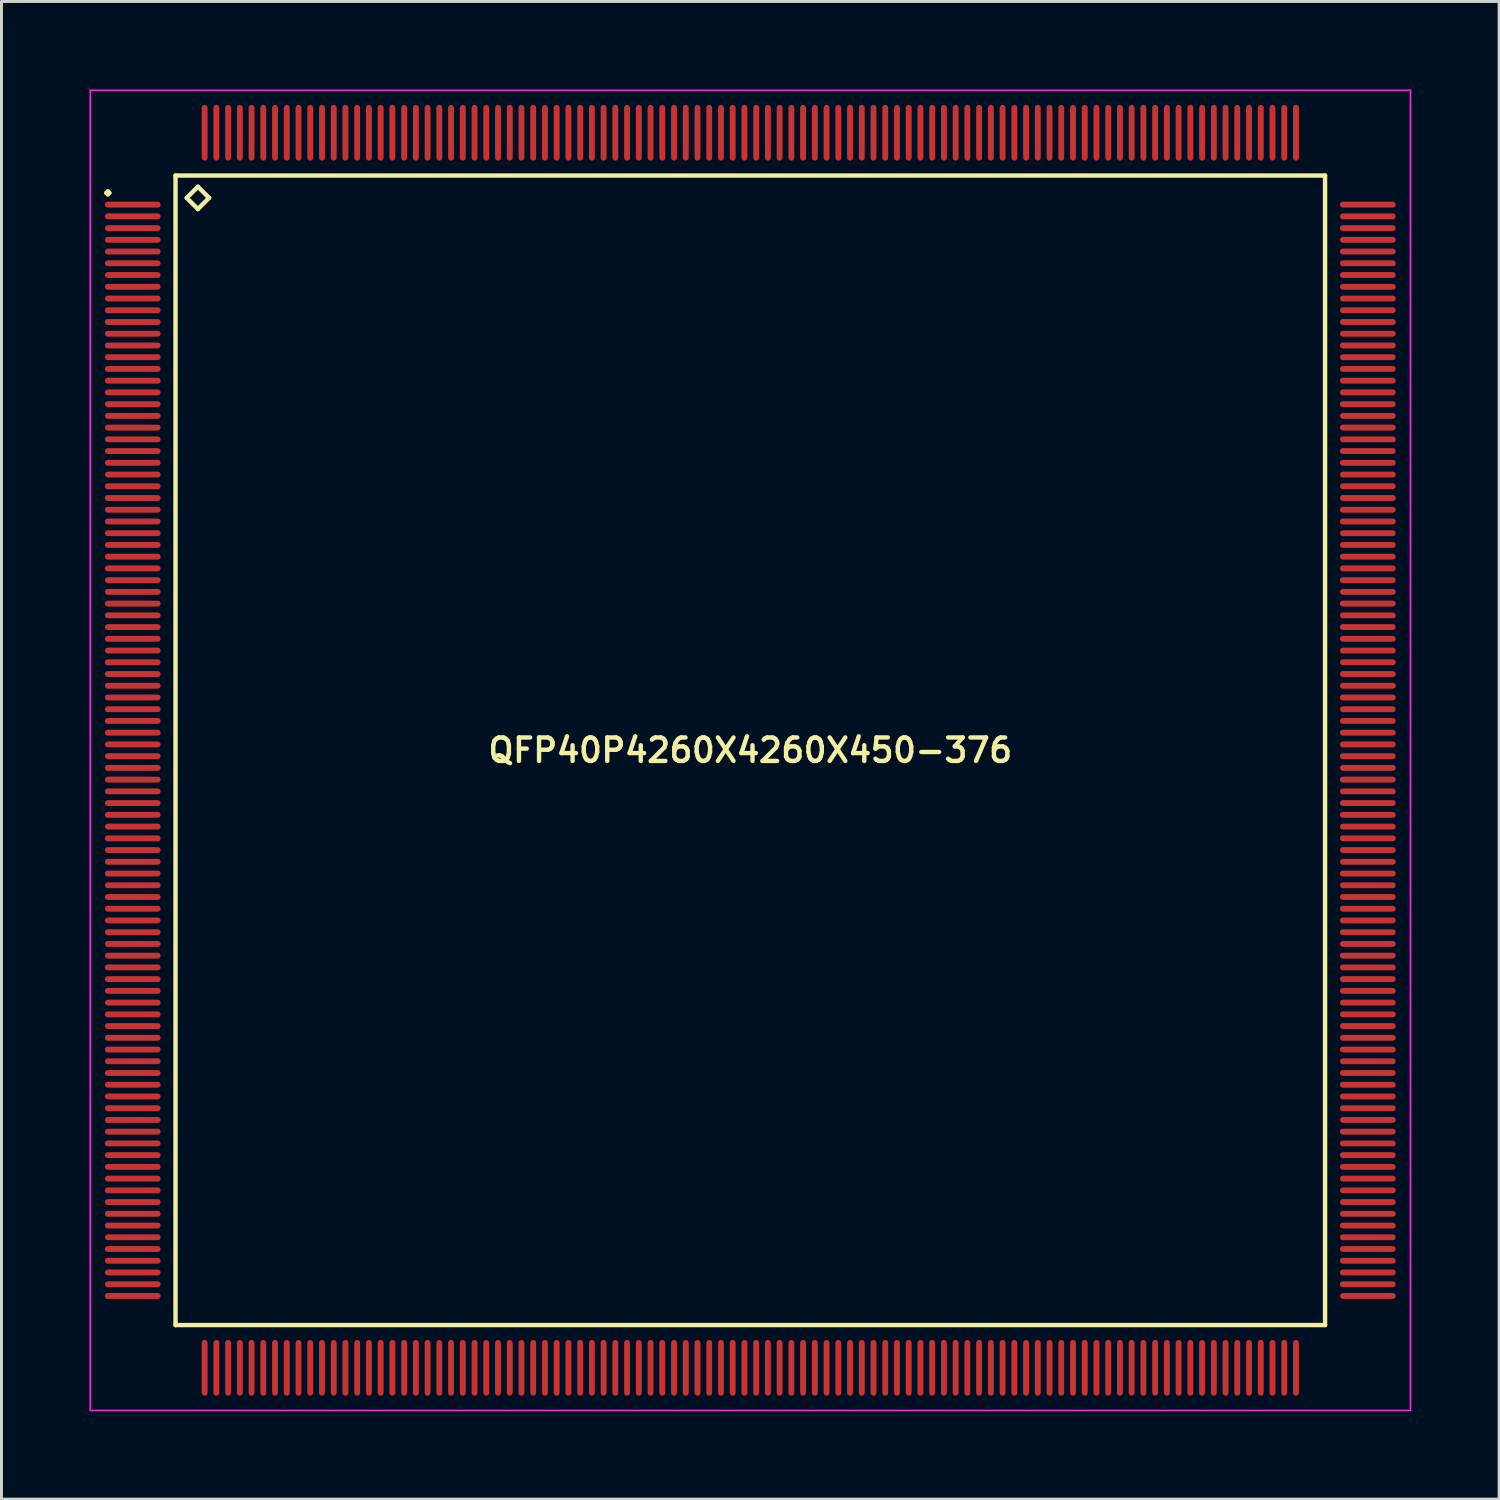
<source format=kicad_pcb>
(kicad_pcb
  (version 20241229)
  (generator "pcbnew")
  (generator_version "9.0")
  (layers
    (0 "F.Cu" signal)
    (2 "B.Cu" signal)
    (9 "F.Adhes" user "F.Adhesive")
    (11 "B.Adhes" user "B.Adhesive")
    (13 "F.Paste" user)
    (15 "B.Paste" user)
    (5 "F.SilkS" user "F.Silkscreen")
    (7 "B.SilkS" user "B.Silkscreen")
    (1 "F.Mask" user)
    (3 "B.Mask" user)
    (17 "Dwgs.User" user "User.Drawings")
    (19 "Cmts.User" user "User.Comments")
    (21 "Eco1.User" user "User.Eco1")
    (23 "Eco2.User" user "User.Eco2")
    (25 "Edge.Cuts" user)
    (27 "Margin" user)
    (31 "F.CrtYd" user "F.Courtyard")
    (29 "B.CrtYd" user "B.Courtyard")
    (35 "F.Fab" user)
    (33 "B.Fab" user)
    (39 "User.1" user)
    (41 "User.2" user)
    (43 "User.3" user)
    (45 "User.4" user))
  (footprint "QFP40P4260X4260X450-376"
    (layer "F.Cu")
    (at 22.525 22.525)
    (property "Reference" "QFP40P4260X4260X450-376" (at 0 0 0) (layer "F.SilkS") (effects (font (size 0.8 0.8) (thickness 0.15))))
    (attr smd)
    (fp_line (start -21.95 -19) (end -21.9 -19.05) (stroke (width 0.15) (type solid)) (layer "F.SilkS"))
    (fp_line (start -21.9 -19.05) (end -21.85 -19) (stroke (width 0.15) (type solid)) (layer "F.SilkS"))
    (fp_line (start -21.9 -18.95) (end -21.95 -19) (stroke (width 0.15) (type solid)) (layer "F.SilkS"))
    (fp_line (start -21.85 -19) (end -21.9 -18.95) (stroke (width 0.15) (type solid)) (layer "F.SilkS"))
    (fp_line (start -19.592 -19.592) (end -19.592 19.592) (stroke (width 0.15) (type solid)) (layer "F.SilkS"))
    (fp_line (start -19.592 19.592) (end 19.592 19.592) (stroke (width 0.15) (type solid)) (layer "F.SilkS"))
    (fp_line (start -19.211 -18.83) (end -18.83 -19.211) (stroke (width 0.15) (type solid)) (layer "F.SilkS"))
    (fp_line (start -18.83 -19.211) (end -18.449 -18.83) (stroke (width 0.15) (type solid)) (layer "F.SilkS"))
    (fp_line (start -18.83 -18.449) (end -19.211 -18.83) (stroke (width 0.15) (type solid)) (layer "F.SilkS"))
    (fp_line (start -18.449 -18.83) (end -18.83 -18.449) (stroke (width 0.15) (type solid)) (layer "F.SilkS"))
    (fp_line (start 19.592 -19.592) (end -19.592 -19.592) (stroke (width 0.15) (type solid)) (layer "F.SilkS"))
    (fp_line (start 19.592 19.592) (end 19.592 -19.592) (stroke (width 0.15) (type solid)) (layer "F.SilkS"))
    (fp_line (start -22.5 -22.5) (end 22.5 -22.5) (stroke (width 0.05) (type solid)) (layer "F.CrtYd"))
    (fp_line (start -22.5 22.5) (end -22.5 -22.5) (stroke (width 0.05) (type solid)) (layer "F.CrtYd"))
    (fp_line (start 22.5 -22.5) (end 22.5 22.5) (stroke (width 0.05) (type solid)) (layer "F.CrtYd"))
    (fp_line (start 22.5 22.5) (end -22.5 22.5) (stroke (width 0.05) (type solid)) (layer "F.CrtYd"))
    (pad "1" smd oval (at -21.05 -18.6) (size 1.9 0.2) (layers "F.Cu" "F.Mask" "F.Paste"))
    (pad "2" smd oval (at -21.05 -18.2) (size 1.9 0.2) (layers "F.Cu" "F.Mask" "F.Paste"))
    (pad "3" smd oval (at -21.05 -17.8) (size 1.9 0.2) (layers "F.Cu" "F.Mask" "F.Paste"))
    (pad "4" smd oval (at -21.05 -17.4) (size 1.9 0.2) (layers "F.Cu" "F.Mask" "F.Paste"))
    (pad "5" smd oval (at -21.05 -17) (size 1.9 0.2) (layers "F.Cu" "F.Mask" "F.Paste"))
    (pad "6" smd oval (at -21.05 -16.6) (size 1.9 0.2) (layers "F.Cu" "F.Mask" "F.Paste"))
    (pad "7" smd oval (at -21.05 -16.2) (size 1.9 0.2) (layers "F.Cu" "F.Mask" "F.Paste"))
    (pad "8" smd oval (at -21.05 -15.8) (size 1.9 0.2) (layers "F.Cu" "F.Mask" "F.Paste"))
    (pad "9" smd oval (at -21.05 -15.4) (size 1.9 0.2) (layers "F.Cu" "F.Mask" "F.Paste"))
    (pad "10" smd oval (at -21.05 -15) (size 1.9 0.2) (layers "F.Cu" "F.Mask" "F.Paste"))
    (pad "11" smd oval (at -21.05 -14.6) (size 1.9 0.2) (layers "F.Cu" "F.Mask" "F.Paste"))
    (pad "12" smd oval (at -21.05 -14.2) (size 1.9 0.2) (layers "F.Cu" "F.Mask" "F.Paste"))
    (pad "13" smd oval (at -21.05 -13.8) (size 1.9 0.2) (layers "F.Cu" "F.Mask" "F.Paste"))
    (pad "14" smd oval (at -21.05 -13.4) (size 1.9 0.2) (layers "F.Cu" "F.Mask" "F.Paste"))
    (pad "15" smd oval (at -21.05 -13) (size 1.9 0.2) (layers "F.Cu" "F.Mask" "F.Paste"))
    (pad "16" smd oval (at -21.05 -12.6) (size 1.9 0.2) (layers "F.Cu" "F.Mask" "F.Paste"))
    (pad "17" smd oval (at -21.05 -12.2) (size 1.9 0.2) (layers "F.Cu" "F.Mask" "F.Paste"))
    (pad "18" smd oval (at -21.05 -11.8) (size 1.9 0.2) (layers "F.Cu" "F.Mask" "F.Paste"))
    (pad "19" smd oval (at -21.05 -11.4) (size 1.9 0.2) (layers "F.Cu" "F.Mask" "F.Paste"))
    (pad "20" smd oval (at -21.05 -11) (size 1.9 0.2) (layers "F.Cu" "F.Mask" "F.Paste"))
    (pad "21" smd oval (at -21.05 -10.6) (size 1.9 0.2) (layers "F.Cu" "F.Mask" "F.Paste"))
    (pad "22" smd oval (at -21.05 -10.2) (size 1.9 0.2) (layers "F.Cu" "F.Mask" "F.Paste"))
    (pad "23" smd oval (at -21.05 -9.8) (size 1.9 0.2) (layers "F.Cu" "F.Mask" "F.Paste"))
    (pad "24" smd oval (at -21.05 -9.4) (size 1.9 0.2) (layers "F.Cu" "F.Mask" "F.Paste"))
    (pad "25" smd oval (at -21.05 -9) (size 1.9 0.2) (layers "F.Cu" "F.Mask" "F.Paste"))
    (pad "26" smd oval (at -21.05 -8.6) (size 1.9 0.2) (layers "F.Cu" "F.Mask" "F.Paste"))
    (pad "27" smd oval (at -21.05 -8.2) (size 1.9 0.2) (layers "F.Cu" "F.Mask" "F.Paste"))
    (pad "28" smd oval (at -21.05 -7.8) (size 1.9 0.2) (layers "F.Cu" "F.Mask" "F.Paste"))
    (pad "29" smd oval (at -21.05 -7.4) (size 1.9 0.2) (layers "F.Cu" "F.Mask" "F.Paste"))
    (pad "30" smd oval (at -21.05 -7) (size 1.9 0.2) (layers "F.Cu" "F.Mask" "F.Paste"))
    (pad "31" smd oval (at -21.05 -6.6) (size 1.9 0.2) (layers "F.Cu" "F.Mask" "F.Paste"))
    (pad "32" smd oval (at -21.05 -6.2) (size 1.9 0.2) (layers "F.Cu" "F.Mask" "F.Paste"))
    (pad "33" smd oval (at -21.05 -5.8) (size 1.9 0.2) (layers "F.Cu" "F.Mask" "F.Paste"))
    (pad "34" smd oval (at -21.05 -5.4) (size 1.9 0.2) (layers "F.Cu" "F.Mask" "F.Paste"))
    (pad "35" smd oval (at -21.05 -5) (size 1.9 0.2) (layers "F.Cu" "F.Mask" "F.Paste"))
    (pad "36" smd oval (at -21.05 -4.6) (size 1.9 0.2) (layers "F.Cu" "F.Mask" "F.Paste"))
    (pad "37" smd oval (at -21.05 -4.2) (size 1.9 0.2) (layers "F.Cu" "F.Mask" "F.Paste"))
    (pad "38" smd oval (at -21.05 -3.8) (size 1.9 0.2) (layers "F.Cu" "F.Mask" "F.Paste"))
    (pad "39" smd oval (at -21.05 -3.4) (size 1.9 0.2) (layers "F.Cu" "F.Mask" "F.Paste"))
    (pad "40" smd oval (at -21.05 -3) (size 1.9 0.2) (layers "F.Cu" "F.Mask" "F.Paste"))
    (pad "41" smd oval (at -21.05 -2.6) (size 1.9 0.2) (layers "F.Cu" "F.Mask" "F.Paste"))
    (pad "42" smd oval (at -21.05 -2.2) (size 1.9 0.2) (layers "F.Cu" "F.Mask" "F.Paste"))
    (pad "43" smd oval (at -21.05 -1.8) (size 1.9 0.2) (layers "F.Cu" "F.Mask" "F.Paste"))
    (pad "44" smd oval (at -21.05 -1.4) (size 1.9 0.2) (layers "F.Cu" "F.Mask" "F.Paste"))
    (pad "45" smd oval (at -21.05 -1) (size 1.9 0.2) (layers "F.Cu" "F.Mask" "F.Paste"))
    (pad "46" smd oval (at -21.05 -0.6) (size 1.9 0.2) (layers "F.Cu" "F.Mask" "F.Paste"))
    (pad "47" smd oval (at -21.05 -0.2) (size 1.9 0.2) (layers "F.Cu" "F.Mask" "F.Paste"))
    (pad "48" smd oval (at -21.05 0.2) (size 1.9 0.2) (layers "F.Cu" "F.Mask" "F.Paste"))
    (pad "49" smd oval (at -21.05 0.6) (size 1.9 0.2) (layers "F.Cu" "F.Mask" "F.Paste"))
    (pad "50" smd oval (at -21.05 1) (size 1.9 0.2) (layers "F.Cu" "F.Mask" "F.Paste"))
    (pad "51" smd oval (at -21.05 1.4) (size 1.9 0.2) (layers "F.Cu" "F.Mask" "F.Paste"))
    (pad "52" smd oval (at -21.05 1.8) (size 1.9 0.2) (layers "F.Cu" "F.Mask" "F.Paste"))
    (pad "53" smd oval (at -21.05 2.2) (size 1.9 0.2) (layers "F.Cu" "F.Mask" "F.Paste"))
    (pad "54" smd oval (at -21.05 2.6) (size 1.9 0.2) (layers "F.Cu" "F.Mask" "F.Paste"))
    (pad "55" smd oval (at -21.05 3) (size 1.9 0.2) (layers "F.Cu" "F.Mask" "F.Paste"))
    (pad "56" smd oval (at -21.05 3.4) (size 1.9 0.2) (layers "F.Cu" "F.Mask" "F.Paste"))
    (pad "57" smd oval (at -21.05 3.8) (size 1.9 0.2) (layers "F.Cu" "F.Mask" "F.Paste"))
    (pad "58" smd oval (at -21.05 4.2) (size 1.9 0.2) (layers "F.Cu" "F.Mask" "F.Paste"))
    (pad "59" smd oval (at -21.05 4.6) (size 1.9 0.2) (layers "F.Cu" "F.Mask" "F.Paste"))
    (pad "60" smd oval (at -21.05 5) (size 1.9 0.2) (layers "F.Cu" "F.Mask" "F.Paste"))
    (pad "61" smd oval (at -21.05 5.4) (size 1.9 0.2) (layers "F.Cu" "F.Mask" "F.Paste"))
    (pad "62" smd oval (at -21.05 5.8) (size 1.9 0.2) (layers "F.Cu" "F.Mask" "F.Paste"))
    (pad "63" smd oval (at -21.05 6.2) (size 1.9 0.2) (layers "F.Cu" "F.Mask" "F.Paste"))
    (pad "64" smd oval (at -21.05 6.6) (size 1.9 0.2) (layers "F.Cu" "F.Mask" "F.Paste"))
    (pad "65" smd oval (at -21.05 7) (size 1.9 0.2) (layers "F.Cu" "F.Mask" "F.Paste"))
    (pad "66" smd oval (at -21.05 7.4) (size 1.9 0.2) (layers "F.Cu" "F.Mask" "F.Paste"))
    (pad "67" smd oval (at -21.05 7.8) (size 1.9 0.2) (layers "F.Cu" "F.Mask" "F.Paste"))
    (pad "68" smd oval (at -21.05 8.2) (size 1.9 0.2) (layers "F.Cu" "F.Mask" "F.Paste"))
    (pad "69" smd oval (at -21.05 8.6) (size 1.9 0.2) (layers "F.Cu" "F.Mask" "F.Paste"))
    (pad "70" smd oval (at -21.05 9) (size 1.9 0.2) (layers "F.Cu" "F.Mask" "F.Paste"))
    (pad "71" smd oval (at -21.05 9.4) (size 1.9 0.2) (layers "F.Cu" "F.Mask" "F.Paste"))
    (pad "72" smd oval (at -21.05 9.8) (size 1.9 0.2) (layers "F.Cu" "F.Mask" "F.Paste"))
    (pad "73" smd oval (at -21.05 10.2) (size 1.9 0.2) (layers "F.Cu" "F.Mask" "F.Paste"))
    (pad "74" smd oval (at -21.05 10.6) (size 1.9 0.2) (layers "F.Cu" "F.Mask" "F.Paste"))
    (pad "75" smd oval (at -21.05 11) (size 1.9 0.2) (layers "F.Cu" "F.Mask" "F.Paste"))
    (pad "76" smd oval (at -21.05 11.4) (size 1.9 0.2) (layers "F.Cu" "F.Mask" "F.Paste"))
    (pad "77" smd oval (at -21.05 11.8) (size 1.9 0.2) (layers "F.Cu" "F.Mask" "F.Paste"))
    (pad "78" smd oval (at -21.05 12.2) (size 1.9 0.2) (layers "F.Cu" "F.Mask" "F.Paste"))
    (pad "79" smd oval (at -21.05 12.6) (size 1.9 0.2) (layers "F.Cu" "F.Mask" "F.Paste"))
    (pad "80" smd oval (at -21.05 13) (size 1.9 0.2) (layers "F.Cu" "F.Mask" "F.Paste"))
    (pad "81" smd oval (at -21.05 13.4) (size 1.9 0.2) (layers "F.Cu" "F.Mask" "F.Paste"))
    (pad "82" smd oval (at -21.05 13.8) (size 1.9 0.2) (layers "F.Cu" "F.Mask" "F.Paste"))
    (pad "83" smd oval (at -21.05 14.2) (size 1.9 0.2) (layers "F.Cu" "F.Mask" "F.Paste"))
    (pad "84" smd oval (at -21.05 14.6) (size 1.9 0.2) (layers "F.Cu" "F.Mask" "F.Paste"))
    (pad "85" smd oval (at -21.05 15) (size 1.9 0.2) (layers "F.Cu" "F.Mask" "F.Paste"))
    (pad "86" smd oval (at -21.05 15.4) (size 1.9 0.2) (layers "F.Cu" "F.Mask" "F.Paste"))
    (pad "87" smd oval (at -21.05 15.8) (size 1.9 0.2) (layers "F.Cu" "F.Mask" "F.Paste"))
    (pad "88" smd oval (at -21.05 16.2) (size 1.9 0.2) (layers "F.Cu" "F.Mask" "F.Paste"))
    (pad "89" smd oval (at -21.05 16.6) (size 1.9 0.2) (layers "F.Cu" "F.Mask" "F.Paste"))
    (pad "90" smd oval (at -21.05 17) (size 1.9 0.2) (layers "F.Cu" "F.Mask" "F.Paste"))
    (pad "91" smd oval (at -21.05 17.4) (size 1.9 0.2) (layers "F.Cu" "F.Mask" "F.Paste"))
    (pad "92" smd oval (at -21.05 17.8) (size 1.9 0.2) (layers "F.Cu" "F.Mask" "F.Paste"))
    (pad "93" smd oval (at -21.05 18.2) (size 1.9 0.2) (layers "F.Cu" "F.Mask" "F.Paste"))
    (pad "94" smd oval (at -21.05 18.6) (size 1.9 0.2) (layers "F.Cu" "F.Mask" "F.Paste"))
    (pad "95" smd oval (at -18.6 21.05) (size 0.2 1.9) (layers "F.Cu" "F.Mask" "F.Paste"))
    (pad "96" smd oval (at -18.2 21.05) (size 0.2 1.9) (layers "F.Cu" "F.Mask" "F.Paste"))
    (pad "97" smd oval (at -17.8 21.05) (size 0.2 1.9) (layers "F.Cu" "F.Mask" "F.Paste"))
    (pad "98" smd oval (at -17.4 21.05) (size 0.2 1.9) (layers "F.Cu" "F.Mask" "F.Paste"))
    (pad "99" smd oval (at -17 21.05) (size 0.2 1.9) (layers "F.Cu" "F.Mask" "F.Paste"))
    (pad "100" smd oval (at -16.6 21.05) (size 0.2 1.9) (layers "F.Cu" "F.Mask" "F.Paste"))
    (pad "101" smd oval (at -16.2 21.05) (size 0.2 1.9) (layers "F.Cu" "F.Mask" "F.Paste"))
    (pad "102" smd oval (at -15.8 21.05) (size 0.2 1.9) (layers "F.Cu" "F.Mask" "F.Paste"))
    (pad "103" smd oval (at -15.4 21.05) (size 0.2 1.9) (layers "F.Cu" "F.Mask" "F.Paste"))
    (pad "104" smd oval (at -15 21.05) (size 0.2 1.9) (layers "F.Cu" "F.Mask" "F.Paste"))
    (pad "105" smd oval (at -14.6 21.05) (size 0.2 1.9) (layers "F.Cu" "F.Mask" "F.Paste"))
    (pad "106" smd oval (at -14.2 21.05) (size 0.2 1.9) (layers "F.Cu" "F.Mask" "F.Paste"))
    (pad "107" smd oval (at -13.8 21.05) (size 0.2 1.9) (layers "F.Cu" "F.Mask" "F.Paste"))
    (pad "108" smd oval (at -13.4 21.05) (size 0.2 1.9) (layers "F.Cu" "F.Mask" "F.Paste"))
    (pad "109" smd oval (at -13 21.05) (size 0.2 1.9) (layers "F.Cu" "F.Mask" "F.Paste"))
    (pad "110" smd oval (at -12.6 21.05) (size 0.2 1.9) (layers "F.Cu" "F.Mask" "F.Paste"))
    (pad "111" smd oval (at -12.2 21.05) (size 0.2 1.9) (layers "F.Cu" "F.Mask" "F.Paste"))
    (pad "112" smd oval (at -11.8 21.05) (size 0.2 1.9) (layers "F.Cu" "F.Mask" "F.Paste"))
    (pad "113" smd oval (at -11.4 21.05) (size 0.2 1.9) (layers "F.Cu" "F.Mask" "F.Paste"))
    (pad "114" smd oval (at -11 21.05) (size 0.2 1.9) (layers "F.Cu" "F.Mask" "F.Paste"))
    (pad "115" smd oval (at -10.6 21.05) (size 0.2 1.9) (layers "F.Cu" "F.Mask" "F.Paste"))
    (pad "116" smd oval (at -10.2 21.05) (size 0.2 1.9) (layers "F.Cu" "F.Mask" "F.Paste"))
    (pad "117" smd oval (at -9.8 21.05) (size 0.2 1.9) (layers "F.Cu" "F.Mask" "F.Paste"))
    (pad "118" smd oval (at -9.4 21.05) (size 0.2 1.9) (layers "F.Cu" "F.Mask" "F.Paste"))
    (pad "119" smd oval (at -9 21.05) (size 0.2 1.9) (layers "F.Cu" "F.Mask" "F.Paste"))
    (pad "120" smd oval (at -8.6 21.05) (size 0.2 1.9) (layers "F.Cu" "F.Mask" "F.Paste"))
    (pad "121" smd oval (at -8.2 21.05) (size 0.2 1.9) (layers "F.Cu" "F.Mask" "F.Paste"))
    (pad "122" smd oval (at -7.8 21.05) (size 0.2 1.9) (layers "F.Cu" "F.Mask" "F.Paste"))
    (pad "123" smd oval (at -7.4 21.05) (size 0.2 1.9) (layers "F.Cu" "F.Mask" "F.Paste"))
    (pad "124" smd oval (at -7 21.05) (size 0.2 1.9) (layers "F.Cu" "F.Mask" "F.Paste"))
    (pad "125" smd oval (at -6.6 21.05) (size 0.2 1.9) (layers "F.Cu" "F.Mask" "F.Paste"))
    (pad "126" smd oval (at -6.2 21.05) (size 0.2 1.9) (layers "F.Cu" "F.Mask" "F.Paste"))
    (pad "127" smd oval (at -5.8 21.05) (size 0.2 1.9) (layers "F.Cu" "F.Mask" "F.Paste"))
    (pad "128" smd oval (at -5.4 21.05) (size 0.2 1.9) (layers "F.Cu" "F.Mask" "F.Paste"))
    (pad "129" smd oval (at -5 21.05) (size 0.2 1.9) (layers "F.Cu" "F.Mask" "F.Paste"))
    (pad "130" smd oval (at -4.6 21.05) (size 0.2 1.9) (layers "F.Cu" "F.Mask" "F.Paste"))
    (pad "131" smd oval (at -4.2 21.05) (size 0.2 1.9) (layers "F.Cu" "F.Mask" "F.Paste"))
    (pad "132" smd oval (at -3.8 21.05) (size 0.2 1.9) (layers "F.Cu" "F.Mask" "F.Paste"))
    (pad "133" smd oval (at -3.4 21.05) (size 0.2 1.9) (layers "F.Cu" "F.Mask" "F.Paste"))
    (pad "134" smd oval (at -3 21.05) (size 0.2 1.9) (layers "F.Cu" "F.Mask" "F.Paste"))
    (pad "135" smd oval (at -2.6 21.05) (size 0.2 1.9) (layers "F.Cu" "F.Mask" "F.Paste"))
    (pad "136" smd oval (at -2.2 21.05) (size 0.2 1.9) (layers "F.Cu" "F.Mask" "F.Paste"))
    (pad "137" smd oval (at -1.8 21.05) (size 0.2 1.9) (layers "F.Cu" "F.Mask" "F.Paste"))
    (pad "138" smd oval (at -1.4 21.05) (size 0.2 1.9) (layers "F.Cu" "F.Mask" "F.Paste"))
    (pad "139" smd oval (at -1 21.05) (size 0.2 1.9) (layers "F.Cu" "F.Mask" "F.Paste"))
    (pad "140" smd oval (at -0.6 21.05) (size 0.2 1.9) (layers "F.Cu" "F.Mask" "F.Paste"))
    (pad "141" smd oval (at -0.2 21.05) (size 0.2 1.9) (layers "F.Cu" "F.Mask" "F.Paste"))
    (pad "142" smd oval (at 0.2 21.05) (size 0.2 1.9) (layers "F.Cu" "F.Mask" "F.Paste"))
    (pad "143" smd oval (at 0.6 21.05) (size 0.2 1.9) (layers "F.Cu" "F.Mask" "F.Paste"))
    (pad "144" smd oval (at 1 21.05) (size 0.2 1.9) (layers "F.Cu" "F.Mask" "F.Paste"))
    (pad "145" smd oval (at 1.4 21.05) (size 0.2 1.9) (layers "F.Cu" "F.Mask" "F.Paste"))
    (pad "146" smd oval (at 1.8 21.05) (size 0.2 1.9) (layers "F.Cu" "F.Mask" "F.Paste"))
    (pad "147" smd oval (at 2.2 21.05) (size 0.2 1.9) (layers "F.Cu" "F.Mask" "F.Paste"))
    (pad "148" smd oval (at 2.6 21.05) (size 0.2 1.9) (layers "F.Cu" "F.Mask" "F.Paste"))
    (pad "149" smd oval (at 3 21.05) (size 0.2 1.9) (layers "F.Cu" "F.Mask" "F.Paste"))
    (pad "150" smd oval (at 3.4 21.05) (size 0.2 1.9) (layers "F.Cu" "F.Mask" "F.Paste"))
    (pad "151" smd oval (at 3.8 21.05) (size 0.2 1.9) (layers "F.Cu" "F.Mask" "F.Paste"))
    (pad "152" smd oval (at 4.2 21.05) (size 0.2 1.9) (layers "F.Cu" "F.Mask" "F.Paste"))
    (pad "153" smd oval (at 4.6 21.05) (size 0.2 1.9) (layers "F.Cu" "F.Mask" "F.Paste"))
    (pad "154" smd oval (at 5 21.05) (size 0.2 1.9) (layers "F.Cu" "F.Mask" "F.Paste"))
    (pad "155" smd oval (at 5.4 21.05) (size 0.2 1.9) (layers "F.Cu" "F.Mask" "F.Paste"))
    (pad "156" smd oval (at 5.8 21.05) (size 0.2 1.9) (layers "F.Cu" "F.Mask" "F.Paste"))
    (pad "157" smd oval (at 6.2 21.05) (size 0.2 1.9) (layers "F.Cu" "F.Mask" "F.Paste"))
    (pad "158" smd oval (at 6.6 21.05) (size 0.2 1.9) (layers "F.Cu" "F.Mask" "F.Paste"))
    (pad "159" smd oval (at 7 21.05) (size 0.2 1.9) (layers "F.Cu" "F.Mask" "F.Paste"))
    (pad "160" smd oval (at 7.4 21.05) (size 0.2 1.9) (layers "F.Cu" "F.Mask" "F.Paste"))
    (pad "161" smd oval (at 7.8 21.05) (size 0.2 1.9) (layers "F.Cu" "F.Mask" "F.Paste"))
    (pad "162" smd oval (at 8.2 21.05) (size 0.2 1.9) (layers "F.Cu" "F.Mask" "F.Paste"))
    (pad "163" smd oval (at 8.6 21.05) (size 0.2 1.9) (layers "F.Cu" "F.Mask" "F.Paste"))
    (pad "164" smd oval (at 9 21.05) (size 0.2 1.9) (layers "F.Cu" "F.Mask" "F.Paste"))
    (pad "165" smd oval (at 9.4 21.05) (size 0.2 1.9) (layers "F.Cu" "F.Mask" "F.Paste"))
    (pad "166" smd oval (at 9.8 21.05) (size 0.2 1.9) (layers "F.Cu" "F.Mask" "F.Paste"))
    (pad "167" smd oval (at 10.2 21.05) (size 0.2 1.9) (layers "F.Cu" "F.Mask" "F.Paste"))
    (pad "168" smd oval (at 10.6 21.05) (size 0.2 1.9) (layers "F.Cu" "F.Mask" "F.Paste"))
    (pad "169" smd oval (at 11 21.05) (size 0.2 1.9) (layers "F.Cu" "F.Mask" "F.Paste"))
    (pad "170" smd oval (at 11.4 21.05) (size 0.2 1.9) (layers "F.Cu" "F.Mask" "F.Paste"))
    (pad "171" smd oval (at 11.8 21.05) (size 0.2 1.9) (layers "F.Cu" "F.Mask" "F.Paste"))
    (pad "172" smd oval (at 12.2 21.05) (size 0.2 1.9) (layers "F.Cu" "F.Mask" "F.Paste"))
    (pad "173" smd oval (at 12.6 21.05) (size 0.2 1.9) (layers "F.Cu" "F.Mask" "F.Paste"))
    (pad "174" smd oval (at 13 21.05) (size 0.2 1.9) (layers "F.Cu" "F.Mask" "F.Paste"))
    (pad "175" smd oval (at 13.4 21.05) (size 0.2 1.9) (layers "F.Cu" "F.Mask" "F.Paste"))
    (pad "176" smd oval (at 13.8 21.05) (size 0.2 1.9) (layers "F.Cu" "F.Mask" "F.Paste"))
    (pad "177" smd oval (at 14.2 21.05) (size 0.2 1.9) (layers "F.Cu" "F.Mask" "F.Paste"))
    (pad "178" smd oval (at 14.6 21.05) (size 0.2 1.9) (layers "F.Cu" "F.Mask" "F.Paste"))
    (pad "179" smd oval (at 15 21.05) (size 0.2 1.9) (layers "F.Cu" "F.Mask" "F.Paste"))
    (pad "180" smd oval (at 15.4 21.05) (size 0.2 1.9) (layers "F.Cu" "F.Mask" "F.Paste"))
    (pad "181" smd oval (at 15.8 21.05) (size 0.2 1.9) (layers "F.Cu" "F.Mask" "F.Paste"))
    (pad "182" smd oval (at 16.2 21.05) (size 0.2 1.9) (layers "F.Cu" "F.Mask" "F.Paste"))
    (pad "183" smd oval (at 16.6 21.05) (size 0.2 1.9) (layers "F.Cu" "F.Mask" "F.Paste"))
    (pad "184" smd oval (at 17 21.05) (size 0.2 1.9) (layers "F.Cu" "F.Mask" "F.Paste"))
    (pad "185" smd oval (at 17.4 21.05) (size 0.2 1.9) (layers "F.Cu" "F.Mask" "F.Paste"))
    (pad "186" smd oval (at 17.8 21.05) (size 0.2 1.9) (layers "F.Cu" "F.Mask" "F.Paste"))
    (pad "187" smd oval (at 18.2 21.05) (size 0.2 1.9) (layers "F.Cu" "F.Mask" "F.Paste"))
    (pad "188" smd oval (at 18.6 21.05) (size 0.2 1.9) (layers "F.Cu" "F.Mask" "F.Paste"))
    (pad "189" smd oval (at 21.05 18.6) (size 1.9 0.2) (layers "F.Cu" "F.Mask" "F.Paste"))
    (pad "190" smd oval (at 21.05 18.2) (size 1.9 0.2) (layers "F.Cu" "F.Mask" "F.Paste"))
    (pad "191" smd oval (at 21.05 17.8) (size 1.9 0.2) (layers "F.Cu" "F.Mask" "F.Paste"))
    (pad "192" smd oval (at 21.05 17.4) (size 1.9 0.2) (layers "F.Cu" "F.Mask" "F.Paste"))
    (pad "193" smd oval (at 21.05 17) (size 1.9 0.2) (layers "F.Cu" "F.Mask" "F.Paste"))
    (pad "194" smd oval (at 21.05 16.6) (size 1.9 0.2) (layers "F.Cu" "F.Mask" "F.Paste"))
    (pad "195" smd oval (at 21.05 16.2) (size 1.9 0.2) (layers "F.Cu" "F.Mask" "F.Paste"))
    (pad "196" smd oval (at 21.05 15.8) (size 1.9 0.2) (layers "F.Cu" "F.Mask" "F.Paste"))
    (pad "197" smd oval (at 21.05 15.4) (size 1.9 0.2) (layers "F.Cu" "F.Mask" "F.Paste"))
    (pad "198" smd oval (at 21.05 15) (size 1.9 0.2) (layers "F.Cu" "F.Mask" "F.Paste"))
    (pad "199" smd oval (at 21.05 14.6) (size 1.9 0.2) (layers "F.Cu" "F.Mask" "F.Paste"))
    (pad "200" smd oval (at 21.05 14.2) (size 1.9 0.2) (layers "F.Cu" "F.Mask" "F.Paste"))
    (pad "201" smd oval (at 21.05 13.8) (size 1.9 0.2) (layers "F.Cu" "F.Mask" "F.Paste"))
    (pad "202" smd oval (at 21.05 13.4) (size 1.9 0.2) (layers "F.Cu" "F.Mask" "F.Paste"))
    (pad "203" smd oval (at 21.05 13) (size 1.9 0.2) (layers "F.Cu" "F.Mask" "F.Paste"))
    (pad "204" smd oval (at 21.05 12.6) (size 1.9 0.2) (layers "F.Cu" "F.Mask" "F.Paste"))
    (pad "205" smd oval (at 21.05 12.2) (size 1.9 0.2) (layers "F.Cu" "F.Mask" "F.Paste"))
    (pad "206" smd oval (at 21.05 11.8) (size 1.9 0.2) (layers "F.Cu" "F.Mask" "F.Paste"))
    (pad "207" smd oval (at 21.05 11.4) (size 1.9 0.2) (layers "F.Cu" "F.Mask" "F.Paste"))
    (pad "208" smd oval (at 21.05 11) (size 1.9 0.2) (layers "F.Cu" "F.Mask" "F.Paste"))
    (pad "209" smd oval (at 21.05 10.6) (size 1.9 0.2) (layers "F.Cu" "F.Mask" "F.Paste"))
    (pad "210" smd oval (at 21.05 10.2) (size 1.9 0.2) (layers "F.Cu" "F.Mask" "F.Paste"))
    (pad "211" smd oval (at 21.05 9.8) (size 1.9 0.2) (layers "F.Cu" "F.Mask" "F.Paste"))
    (pad "212" smd oval (at 21.05 9.4) (size 1.9 0.2) (layers "F.Cu" "F.Mask" "F.Paste"))
    (pad "213" smd oval (at 21.05 9) (size 1.9 0.2) (layers "F.Cu" "F.Mask" "F.Paste"))
    (pad "214" smd oval (at 21.05 8.6) (size 1.9 0.2) (layers "F.Cu" "F.Mask" "F.Paste"))
    (pad "215" smd oval (at 21.05 8.2) (size 1.9 0.2) (layers "F.Cu" "F.Mask" "F.Paste"))
    (pad "216" smd oval (at 21.05 7.8) (size 1.9 0.2) (layers "F.Cu" "F.Mask" "F.Paste"))
    (pad "217" smd oval (at 21.05 7.4) (size 1.9 0.2) (layers "F.Cu" "F.Mask" "F.Paste"))
    (pad "218" smd oval (at 21.05 7) (size 1.9 0.2) (layers "F.Cu" "F.Mask" "F.Paste"))
    (pad "219" smd oval (at 21.05 6.6) (size 1.9 0.2) (layers "F.Cu" "F.Mask" "F.Paste"))
    (pad "220" smd oval (at 21.05 6.2) (size 1.9 0.2) (layers "F.Cu" "F.Mask" "F.Paste"))
    (pad "221" smd oval (at 21.05 5.8) (size 1.9 0.2) (layers "F.Cu" "F.Mask" "F.Paste"))
    (pad "222" smd oval (at 21.05 5.4) (size 1.9 0.2) (layers "F.Cu" "F.Mask" "F.Paste"))
    (pad "223" smd oval (at 21.05 5) (size 1.9 0.2) (layers "F.Cu" "F.Mask" "F.Paste"))
    (pad "224" smd oval (at 21.05 4.6) (size 1.9 0.2) (layers "F.Cu" "F.Mask" "F.Paste"))
    (pad "225" smd oval (at 21.05 4.2) (size 1.9 0.2) (layers "F.Cu" "F.Mask" "F.Paste"))
    (pad "226" smd oval (at 21.05 3.8) (size 1.9 0.2) (layers "F.Cu" "F.Mask" "F.Paste"))
    (pad "227" smd oval (at 21.05 3.4) (size 1.9 0.2) (layers "F.Cu" "F.Mask" "F.Paste"))
    (pad "228" smd oval (at 21.05 3) (size 1.9 0.2) (layers "F.Cu" "F.Mask" "F.Paste"))
    (pad "229" smd oval (at 21.05 2.6) (size 1.9 0.2) (layers "F.Cu" "F.Mask" "F.Paste"))
    (pad "230" smd oval (at 21.05 2.2) (size 1.9 0.2) (layers "F.Cu" "F.Mask" "F.Paste"))
    (pad "231" smd oval (at 21.05 1.8) (size 1.9 0.2) (layers "F.Cu" "F.Mask" "F.Paste"))
    (pad "232" smd oval (at 21.05 1.4) (size 1.9 0.2) (layers "F.Cu" "F.Mask" "F.Paste"))
    (pad "233" smd oval (at 21.05 1) (size 1.9 0.2) (layers "F.Cu" "F.Mask" "F.Paste"))
    (pad "234" smd oval (at 21.05 0.6) (size 1.9 0.2) (layers "F.Cu" "F.Mask" "F.Paste"))
    (pad "235" smd oval (at 21.05 0.2) (size 1.9 0.2) (layers "F.Cu" "F.Mask" "F.Paste"))
    (pad "236" smd oval (at 21.05 -0.2) (size 1.9 0.2) (layers "F.Cu" "F.Mask" "F.Paste"))
    (pad "237" smd oval (at 21.05 -0.6) (size 1.9 0.2) (layers "F.Cu" "F.Mask" "F.Paste"))
    (pad "238" smd oval (at 21.05 -1) (size 1.9 0.2) (layers "F.Cu" "F.Mask" "F.Paste"))
    (pad "239" smd oval (at 21.05 -1.4) (size 1.9 0.2) (layers "F.Cu" "F.Mask" "F.Paste"))
    (pad "240" smd oval (at 21.05 -1.8) (size 1.9 0.2) (layers "F.Cu" "F.Mask" "F.Paste"))
    (pad "241" smd oval (at 21.05 -2.2) (size 1.9 0.2) (layers "F.Cu" "F.Mask" "F.Paste"))
    (pad "242" smd oval (at 21.05 -2.6) (size 1.9 0.2) (layers "F.Cu" "F.Mask" "F.Paste"))
    (pad "243" smd oval (at 21.05 -3) (size 1.9 0.2) (layers "F.Cu" "F.Mask" "F.Paste"))
    (pad "244" smd oval (at 21.05 -3.4) (size 1.9 0.2) (layers "F.Cu" "F.Mask" "F.Paste"))
    (pad "245" smd oval (at 21.05 -3.8) (size 1.9 0.2) (layers "F.Cu" "F.Mask" "F.Paste"))
    (pad "246" smd oval (at 21.05 -4.2) (size 1.9 0.2) (layers "F.Cu" "F.Mask" "F.Paste"))
    (pad "247" smd oval (at 21.05 -4.6) (size 1.9 0.2) (layers "F.Cu" "F.Mask" "F.Paste"))
    (pad "248" smd oval (at 21.05 -5) (size 1.9 0.2) (layers "F.Cu" "F.Mask" "F.Paste"))
    (pad "249" smd oval (at 21.05 -5.4) (size 1.9 0.2) (layers "F.Cu" "F.Mask" "F.Paste"))
    (pad "250" smd oval (at 21.05 -5.8) (size 1.9 0.2) (layers "F.Cu" "F.Mask" "F.Paste"))
    (pad "251" smd oval (at 21.05 -6.2) (size 1.9 0.2) (layers "F.Cu" "F.Mask" "F.Paste"))
    (pad "252" smd oval (at 21.05 -6.6) (size 1.9 0.2) (layers "F.Cu" "F.Mask" "F.Paste"))
    (pad "253" smd oval (at 21.05 -7) (size 1.9 0.2) (layers "F.Cu" "F.Mask" "F.Paste"))
    (pad "254" smd oval (at 21.05 -7.4) (size 1.9 0.2) (layers "F.Cu" "F.Mask" "F.Paste"))
    (pad "255" smd oval (at 21.05 -7.8) (size 1.9 0.2) (layers "F.Cu" "F.Mask" "F.Paste"))
    (pad "256" smd oval (at 21.05 -8.2) (size 1.9 0.2) (layers "F.Cu" "F.Mask" "F.Paste"))
    (pad "257" smd oval (at 21.05 -8.6) (size 1.9 0.2) (layers "F.Cu" "F.Mask" "F.Paste"))
    (pad "258" smd oval (at 21.05 -9) (size 1.9 0.2) (layers "F.Cu" "F.Mask" "F.Paste"))
    (pad "259" smd oval (at 21.05 -9.4) (size 1.9 0.2) (layers "F.Cu" "F.Mask" "F.Paste"))
    (pad "260" smd oval (at 21.05 -9.8) (size 1.9 0.2) (layers "F.Cu" "F.Mask" "F.Paste"))
    (pad "261" smd oval (at 21.05 -10.2) (size 1.9 0.2) (layers "F.Cu" "F.Mask" "F.Paste"))
    (pad "262" smd oval (at 21.05 -10.6) (size 1.9 0.2) (layers "F.Cu" "F.Mask" "F.Paste"))
    (pad "263" smd oval (at 21.05 -11) (size 1.9 0.2) (layers "F.Cu" "F.Mask" "F.Paste"))
    (pad "264" smd oval (at 21.05 -11.4) (size 1.9 0.2) (layers "F.Cu" "F.Mask" "F.Paste"))
    (pad "265" smd oval (at 21.05 -11.8) (size 1.9 0.2) (layers "F.Cu" "F.Mask" "F.Paste"))
    (pad "266" smd oval (at 21.05 -12.2) (size 1.9 0.2) (layers "F.Cu" "F.Mask" "F.Paste"))
    (pad "267" smd oval (at 21.05 -12.6) (size 1.9 0.2) (layers "F.Cu" "F.Mask" "F.Paste"))
    (pad "268" smd oval (at 21.05 -13) (size 1.9 0.2) (layers "F.Cu" "F.Mask" "F.Paste"))
    (pad "269" smd oval (at 21.05 -13.4) (size 1.9 0.2) (layers "F.Cu" "F.Mask" "F.Paste"))
    (pad "270" smd oval (at 21.05 -13.8) (size 1.9 0.2) (layers "F.Cu" "F.Mask" "F.Paste"))
    (pad "271" smd oval (at 21.05 -14.2) (size 1.9 0.2) (layers "F.Cu" "F.Mask" "F.Paste"))
    (pad "272" smd oval (at 21.05 -14.6) (size 1.9 0.2) (layers "F.Cu" "F.Mask" "F.Paste"))
    (pad "273" smd oval (at 21.05 -15) (size 1.9 0.2) (layers "F.Cu" "F.Mask" "F.Paste"))
    (pad "274" smd oval (at 21.05 -15.4) (size 1.9 0.2) (layers "F.Cu" "F.Mask" "F.Paste"))
    (pad "275" smd oval (at 21.05 -15.8) (size 1.9 0.2) (layers "F.Cu" "F.Mask" "F.Paste"))
    (pad "276" smd oval (at 21.05 -16.2) (size 1.9 0.2) (layers "F.Cu" "F.Mask" "F.Paste"))
    (pad "277" smd oval (at 21.05 -16.6) (size 1.9 0.2) (layers "F.Cu" "F.Mask" "F.Paste"))
    (pad "278" smd oval (at 21.05 -17) (size 1.9 0.2) (layers "F.Cu" "F.Mask" "F.Paste"))
    (pad "279" smd oval (at 21.05 -17.4) (size 1.9 0.2) (layers "F.Cu" "F.Mask" "F.Paste"))
    (pad "280" smd oval (at 21.05 -17.8) (size 1.9 0.2) (layers "F.Cu" "F.Mask" "F.Paste"))
    (pad "281" smd oval (at 21.05 -18.2) (size 1.9 0.2) (layers "F.Cu" "F.Mask" "F.Paste"))
    (pad "282" smd oval (at 21.05 -18.6) (size 1.9 0.2) (layers "F.Cu" "F.Mask" "F.Paste"))
    (pad "283" smd oval (at 18.6 -21.05) (size 0.2 1.9) (layers "F.Cu" "F.Mask" "F.Paste"))
    (pad "284" smd oval (at 18.2 -21.05) (size 0.2 1.9) (layers "F.Cu" "F.Mask" "F.Paste"))
    (pad "285" smd oval (at 17.8 -21.05) (size 0.2 1.9) (layers "F.Cu" "F.Mask" "F.Paste"))
    (pad "286" smd oval (at 17.4 -21.05) (size 0.2 1.9) (layers "F.Cu" "F.Mask" "F.Paste"))
    (pad "287" smd oval (at 17 -21.05) (size 0.2 1.9) (layers "F.Cu" "F.Mask" "F.Paste"))
    (pad "288" smd oval (at 16.6 -21.05) (size 0.2 1.9) (layers "F.Cu" "F.Mask" "F.Paste"))
    (pad "289" smd oval (at 16.2 -21.05) (size 0.2 1.9) (layers "F.Cu" "F.Mask" "F.Paste"))
    (pad "290" smd oval (at 15.8 -21.05) (size 0.2 1.9) (layers "F.Cu" "F.Mask" "F.Paste"))
    (pad "291" smd oval (at 15.4 -21.05) (size 0.2 1.9) (layers "F.Cu" "F.Mask" "F.Paste"))
    (pad "292" smd oval (at 15 -21.05) (size 0.2 1.9) (layers "F.Cu" "F.Mask" "F.Paste"))
    (pad "293" smd oval (at 14.6 -21.05) (size 0.2 1.9) (layers "F.Cu" "F.Mask" "F.Paste"))
    (pad "294" smd oval (at 14.2 -21.05) (size 0.2 1.9) (layers "F.Cu" "F.Mask" "F.Paste"))
    (pad "295" smd oval (at 13.8 -21.05) (size 0.2 1.9) (layers "F.Cu" "F.Mask" "F.Paste"))
    (pad "296" smd oval (at 13.4 -21.05) (size 0.2 1.9) (layers "F.Cu" "F.Mask" "F.Paste"))
    (pad "297" smd oval (at 13 -21.05) (size 0.2 1.9) (layers "F.Cu" "F.Mask" "F.Paste"))
    (pad "298" smd oval (at 12.6 -21.05) (size 0.2 1.9) (layers "F.Cu" "F.Mask" "F.Paste"))
    (pad "299" smd oval (at 12.2 -21.05) (size 0.2 1.9) (layers "F.Cu" "F.Mask" "F.Paste"))
    (pad "300" smd oval (at 11.8 -21.05) (size 0.2 1.9) (layers "F.Cu" "F.Mask" "F.Paste"))
    (pad "301" smd oval (at 11.4 -21.05) (size 0.2 1.9) (layers "F.Cu" "F.Mask" "F.Paste"))
    (pad "302" smd oval (at 11 -21.05) (size 0.2 1.9) (layers "F.Cu" "F.Mask" "F.Paste"))
    (pad "303" smd oval (at 10.6 -21.05) (size 0.2 1.9) (layers "F.Cu" "F.Mask" "F.Paste"))
    (pad "304" smd oval (at 10.2 -21.05) (size 0.2 1.9) (layers "F.Cu" "F.Mask" "F.Paste"))
    (pad "305" smd oval (at 9.8 -21.05) (size 0.2 1.9) (layers "F.Cu" "F.Mask" "F.Paste"))
    (pad "306" smd oval (at 9.4 -21.05) (size 0.2 1.9) (layers "F.Cu" "F.Mask" "F.Paste"))
    (pad "307" smd oval (at 9 -21.05) (size 0.2 1.9) (layers "F.Cu" "F.Mask" "F.Paste"))
    (pad "308" smd oval (at 8.6 -21.05) (size 0.2 1.9) (layers "F.Cu" "F.Mask" "F.Paste"))
    (pad "309" smd oval (at 8.2 -21.05) (size 0.2 1.9) (layers "F.Cu" "F.Mask" "F.Paste"))
    (pad "310" smd oval (at 7.8 -21.05) (size 0.2 1.9) (layers "F.Cu" "F.Mask" "F.Paste"))
    (pad "311" smd oval (at 7.4 -21.05) (size 0.2 1.9) (layers "F.Cu" "F.Mask" "F.Paste"))
    (pad "312" smd oval (at 7 -21.05) (size 0.2 1.9) (layers "F.Cu" "F.Mask" "F.Paste"))
    (pad "313" smd oval (at 6.6 -21.05) (size 0.2 1.9) (layers "F.Cu" "F.Mask" "F.Paste"))
    (pad "314" smd oval (at 6.2 -21.05) (size 0.2 1.9) (layers "F.Cu" "F.Mask" "F.Paste"))
    (pad "315" smd oval (at 5.8 -21.05) (size 0.2 1.9) (layers "F.Cu" "F.Mask" "F.Paste"))
    (pad "316" smd oval (at 5.4 -21.05) (size 0.2 1.9) (layers "F.Cu" "F.Mask" "F.Paste"))
    (pad "317" smd oval (at 5 -21.05) (size 0.2 1.9) (layers "F.Cu" "F.Mask" "F.Paste"))
    (pad "318" smd oval (at 4.6 -21.05) (size 0.2 1.9) (layers "F.Cu" "F.Mask" "F.Paste"))
    (pad "319" smd oval (at 4.2 -21.05) (size 0.2 1.9) (layers "F.Cu" "F.Mask" "F.Paste"))
    (pad "320" smd oval (at 3.8 -21.05) (size 0.2 1.9) (layers "F.Cu" "F.Mask" "F.Paste"))
    (pad "321" smd oval (at 3.4 -21.05) (size 0.2 1.9) (layers "F.Cu" "F.Mask" "F.Paste"))
    (pad "322" smd oval (at 3 -21.05) (size 0.2 1.9) (layers "F.Cu" "F.Mask" "F.Paste"))
    (pad "323" smd oval (at 2.6 -21.05) (size 0.2 1.9) (layers "F.Cu" "F.Mask" "F.Paste"))
    (pad "324" smd oval (at 2.2 -21.05) (size 0.2 1.9) (layers "F.Cu" "F.Mask" "F.Paste"))
    (pad "325" smd oval (at 1.8 -21.05) (size 0.2 1.9) (layers "F.Cu" "F.Mask" "F.Paste"))
    (pad "326" smd oval (at 1.4 -21.05) (size 0.2 1.9) (layers "F.Cu" "F.Mask" "F.Paste"))
    (pad "327" smd oval (at 1 -21.05) (size 0.2 1.9) (layers "F.Cu" "F.Mask" "F.Paste"))
    (pad "328" smd oval (at 0.6 -21.05) (size 0.2 1.9) (layers "F.Cu" "F.Mask" "F.Paste"))
    (pad "329" smd oval (at 0.2 -21.05) (size 0.2 1.9) (layers "F.Cu" "F.Mask" "F.Paste"))
    (pad "330" smd oval (at -0.2 -21.05) (size 0.2 1.9) (layers "F.Cu" "F.Mask" "F.Paste"))
    (pad "331" smd oval (at -0.6 -21.05) (size 0.2 1.9) (layers "F.Cu" "F.Mask" "F.Paste"))
    (pad "332" smd oval (at -1 -21.05) (size 0.2 1.9) (layers "F.Cu" "F.Mask" "F.Paste"))
    (pad "333" smd oval (at -1.4 -21.05) (size 0.2 1.9) (layers "F.Cu" "F.Mask" "F.Paste"))
    (pad "334" smd oval (at -1.8 -21.05) (size 0.2 1.9) (layers "F.Cu" "F.Mask" "F.Paste"))
    (pad "335" smd oval (at -2.2 -21.05) (size 0.2 1.9) (layers "F.Cu" "F.Mask" "F.Paste"))
    (pad "336" smd oval (at -2.6 -21.05) (size 0.2 1.9) (layers "F.Cu" "F.Mask" "F.Paste"))
    (pad "337" smd oval (at -3 -21.05) (size 0.2 1.9) (layers "F.Cu" "F.Mask" "F.Paste"))
    (pad "338" smd oval (at -3.4 -21.05) (size 0.2 1.9) (layers "F.Cu" "F.Mask" "F.Paste"))
    (pad "339" smd oval (at -3.8 -21.05) (size 0.2 1.9) (layers "F.Cu" "F.Mask" "F.Paste"))
    (pad "340" smd oval (at -4.2 -21.05) (size 0.2 1.9) (layers "F.Cu" "F.Mask" "F.Paste"))
    (pad "341" smd oval (at -4.6 -21.05) (size 0.2 1.9) (layers "F.Cu" "F.Mask" "F.Paste"))
    (pad "342" smd oval (at -5 -21.05) (size 0.2 1.9) (layers "F.Cu" "F.Mask" "F.Paste"))
    (pad "343" smd oval (at -5.4 -21.05) (size 0.2 1.9) (layers "F.Cu" "F.Mask" "F.Paste"))
    (pad "344" smd oval (at -5.8 -21.05) (size 0.2 1.9) (layers "F.Cu" "F.Mask" "F.Paste"))
    (pad "345" smd oval (at -6.2 -21.05) (size 0.2 1.9) (layers "F.Cu" "F.Mask" "F.Paste"))
    (pad "346" smd oval (at -6.6 -21.05) (size 0.2 1.9) (layers "F.Cu" "F.Mask" "F.Paste"))
    (pad "347" smd oval (at -7 -21.05) (size 0.2 1.9) (layers "F.Cu" "F.Mask" "F.Paste"))
    (pad "348" smd oval (at -7.4 -21.05) (size 0.2 1.9) (layers "F.Cu" "F.Mask" "F.Paste"))
    (pad "349" smd oval (at -7.8 -21.05) (size 0.2 1.9) (layers "F.Cu" "F.Mask" "F.Paste"))
    (pad "350" smd oval (at -8.2 -21.05) (size 0.2 1.9) (layers "F.Cu" "F.Mask" "F.Paste"))
    (pad "351" smd oval (at -8.6 -21.05) (size 0.2 1.9) (layers "F.Cu" "F.Mask" "F.Paste"))
    (pad "352" smd oval (at -9 -21.05) (size 0.2 1.9) (layers "F.Cu" "F.Mask" "F.Paste"))
    (pad "353" smd oval (at -9.4 -21.05) (size 0.2 1.9) (layers "F.Cu" "F.Mask" "F.Paste"))
    (pad "354" smd oval (at -9.8 -21.05) (size 0.2 1.9) (layers "F.Cu" "F.Mask" "F.Paste"))
    (pad "355" smd oval (at -10.2 -21.05) (size 0.2 1.9) (layers "F.Cu" "F.Mask" "F.Paste"))
    (pad "356" smd oval (at -10.6 -21.05) (size 0.2 1.9) (layers "F.Cu" "F.Mask" "F.Paste"))
    (pad "357" smd oval (at -11 -21.05) (size 0.2 1.9) (layers "F.Cu" "F.Mask" "F.Paste"))
    (pad "358" smd oval (at -11.4 -21.05) (size 0.2 1.9) (layers "F.Cu" "F.Mask" "F.Paste"))
    (pad "359" smd oval (at -11.8 -21.05) (size 0.2 1.9) (layers "F.Cu" "F.Mask" "F.Paste"))
    (pad "360" smd oval (at -12.2 -21.05) (size 0.2 1.9) (layers "F.Cu" "F.Mask" "F.Paste"))
    (pad "361" smd oval (at -12.6 -21.05) (size 0.2 1.9) (layers "F.Cu" "F.Mask" "F.Paste"))
    (pad "362" smd oval (at -13 -21.05) (size 0.2 1.9) (layers "F.Cu" "F.Mask" "F.Paste"))
    (pad "363" smd oval (at -13.4 -21.05) (size 0.2 1.9) (layers "F.Cu" "F.Mask" "F.Paste"))
    (pad "364" smd oval (at -13.8 -21.05) (size 0.2 1.9) (layers "F.Cu" "F.Mask" "F.Paste"))
    (pad "365" smd oval (at -14.2 -21.05) (size 0.2 1.9) (layers "F.Cu" "F.Mask" "F.Paste"))
    (pad "366" smd oval (at -14.6 -21.05) (size 0.2 1.9) (layers "F.Cu" "F.Mask" "F.Paste"))
    (pad "367" smd oval (at -15 -21.05) (size 0.2 1.9) (layers "F.Cu" "F.Mask" "F.Paste"))
    (pad "368" smd oval (at -15.4 -21.05) (size 0.2 1.9) (layers "F.Cu" "F.Mask" "F.Paste"))
    (pad "369" smd oval (at -15.8 -21.05) (size 0.2 1.9) (layers "F.Cu" "F.Mask" "F.Paste"))
    (pad "370" smd oval (at -16.2 -21.05) (size 0.2 1.9) (layers "F.Cu" "F.Mask" "F.Paste"))
    (pad "371" smd oval (at -16.6 -21.05) (size 0.2 1.9) (layers "F.Cu" "F.Mask" "F.Paste"))
    (pad "372" smd oval (at -17 -21.05) (size 0.2 1.9) (layers "F.Cu" "F.Mask" "F.Paste"))
    (pad "373" smd oval (at -17.4 -21.05) (size 0.2 1.9) (layers "F.Cu" "F.Mask" "F.Paste"))
    (pad "374" smd oval (at -17.8 -21.05) (size 0.2 1.9) (layers "F.Cu" "F.Mask" "F.Paste"))
    (pad "375" smd oval (at -18.2 -21.05) (size 0.2 1.9) (layers "F.Cu" "F.Mask" "F.Paste"))
    (pad "376" smd oval (at -18.6 -21.05) (size 0.2 1.9) (layers "F.Cu" "F.Mask" "F.Paste")))
  (gr_rect
    (start -3 -3)
    (end 48.05 48.05)
    (stroke (width 0.1) (type default))
    (fill no)
    (layer "Edge.Cuts")))
</source>
